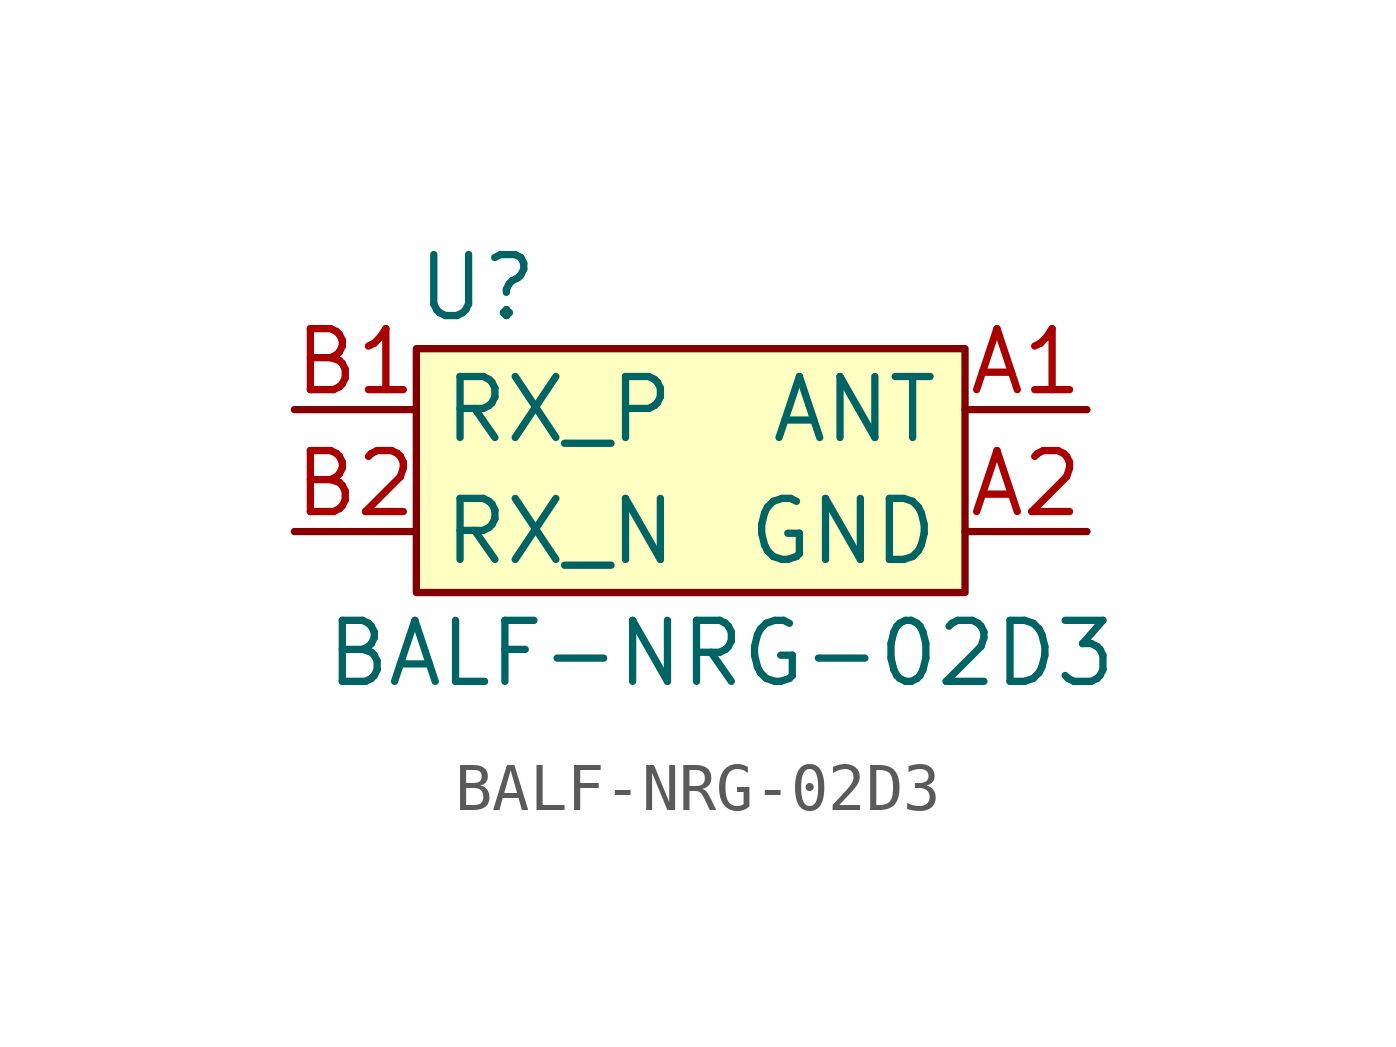
<source format=kicad_sym>
(kicad_symbol_lib
  (version 20220914)
  (generator kicad_symbol_editor)
  (symbol "BALF-NRG-02D3"
    (property "Reference" "U"
      (at -5.08 3.81 0)
      (effects (font (size 1.27 1.27))))
    (property "Value" "BALF-NRG-02D3"
      (at 0 -3.81 0)
      (effects (font (size 1.27 1.27))))
    (symbol "BALF-NRG-02D3_0_1"
      (rectangle (start -6.35 2.54) (end 5.08 -2.54) (stroke (width 0) (type default)) (fill (type background))))
    (symbol "BALF-NRG-02D3_1_1"
      (pin passive line (at 7.62 1.27 180) (length 2.54) (name "ANT" (effects (font (size 1.27 1.27)))) (number "A1" (effects (font (size 1.27 1.27)))))
      (pin passive line (at 7.62 -1.27 180) (length 2.54) (name "GND" (effects (font (size 1.27 1.27)))) (number "A2" (effects (font (size 1.27 1.27)))))
      (pin passive line (at -8.89 1.27 0) (length 2.54) (name "RX_P" (effects (font (size 1.27 1.27)))) (number "B1" (effects (font (size 1.27 1.27)))))
      (pin passive line (at -8.89 -1.27 0) (length 2.54) (name "RX_N" (effects (font (size 1.27 1.27)))) (number "B2" (effects (font (size 1.27 1.27))))))))
</source>
